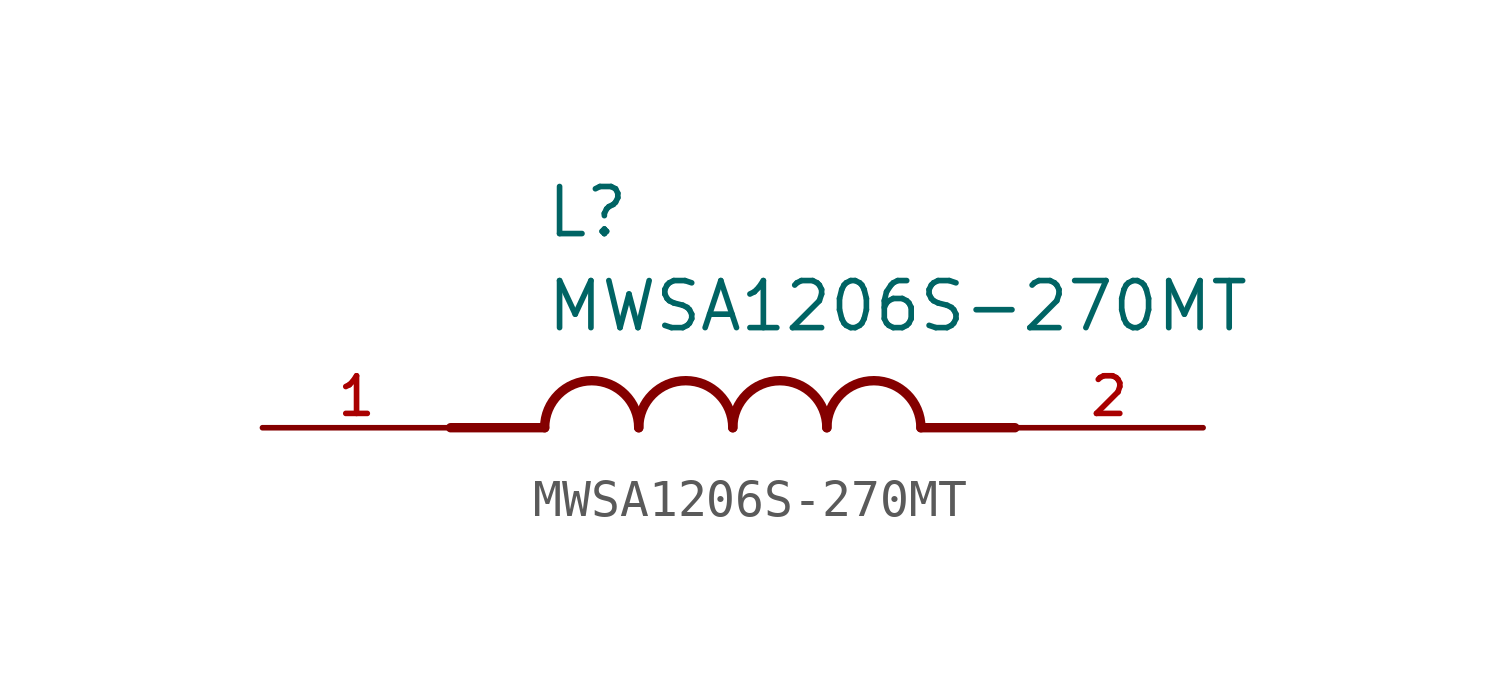
<source format=kicad_sym>
(kicad_symbol_lib
  (version 20211014)
  (generator kicad_symbol_editor)
  (symbol "MWSA1206S-270MT"
    (pin_names
      (offset 1.016))
    (property "Reference" "L"
      (at -5.08 5.08 0)
      (effects (font (size 1.27 1.27)) (justify bottom left)))
    (property "Value" "MWSA1206S-270MT"
      (at -5.08 2.54 0)
      (effects (font (size 1.27 1.27)) (justify bottom left)))
    (symbol "MWSA1206S-270MT_0_0"
      (polyline (pts (xy -5.08 0.0) (xy -7.62 0.0)) (stroke (width 0.254)))
      (polyline (pts (xy 5.08 0.0) (xy 7.62 0.0)) (stroke (width 0.254)))
      (arc (start -2.54 0.0) (mid -3.81 1.27) (end -5.08 0.0) (stroke (width 0.254) (type default) (color 0 0 0 0)) (fill (type none)))
      (arc (start 0.0 0.0) (mid -1.27 1.27) (end -2.54 0.0) (stroke (width 0.254) (type default) (color 0 0 0 0)) (fill (type none)))
      (arc (start 2.54 0.0) (mid 1.27 1.27) (end 0.0 0.0) (stroke (width 0.254) (type default) (color 0 0 0 0)) (fill (type none)))
      (arc (start 5.08 0.0) (mid 3.81 1.27) (end 2.54 0.0) (stroke (width 0.254) (type default) (color 0 0 0 0)) (fill (type none)))
      (pin passive line (at -12.7 0.0 0) (length 5.08) (name "~" (effects (font (size 1.016 1.016)))) (number "1" (effects (font (size 1.016 1.016)))))
      (pin passive line (at 12.7 0.0 180.0) (length 5.08) (name "~" (effects (font (size 1.016 1.016)))) (number "2" (effects (font (size 1.016 1.016))))))))
</source>
